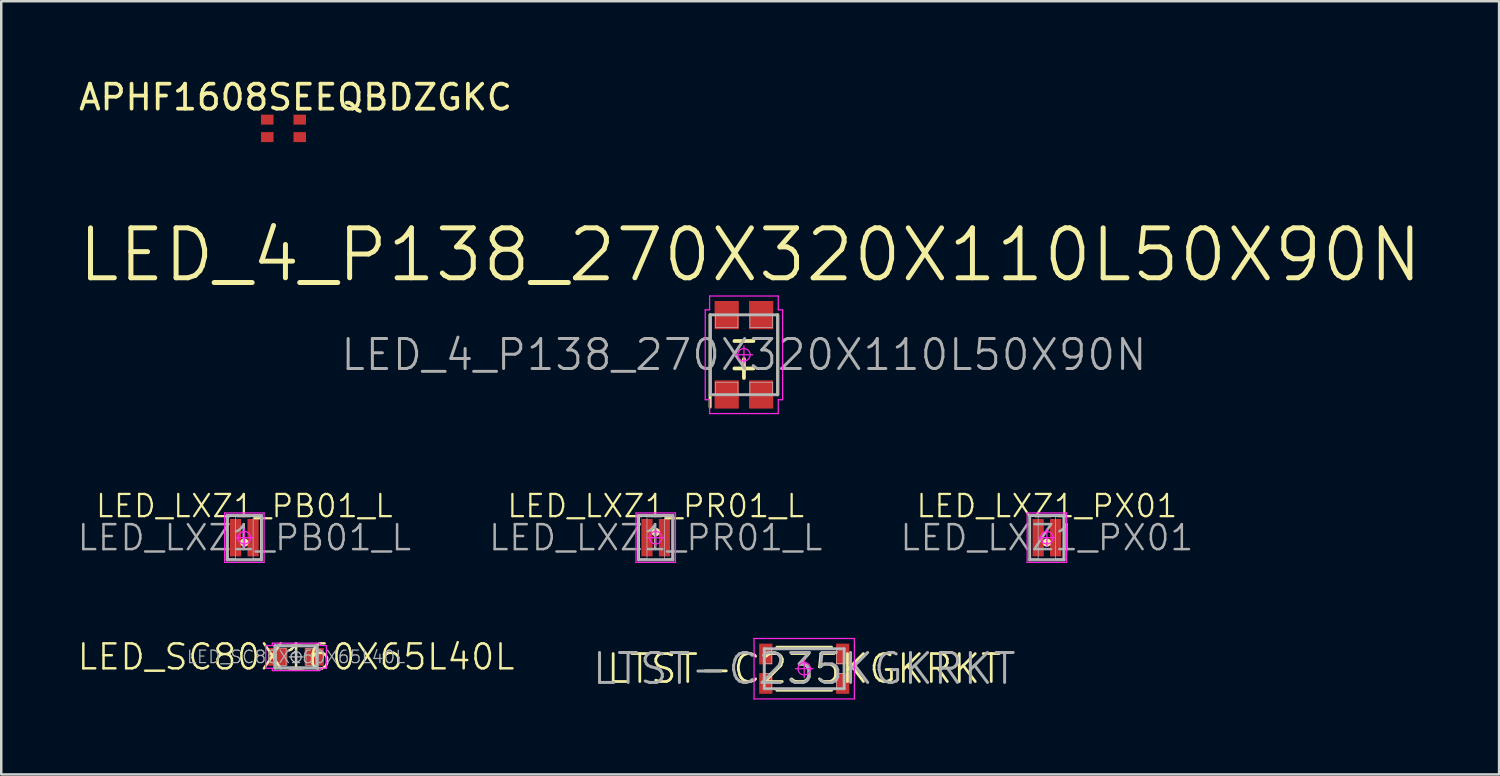
<source format=kicad_pcb>
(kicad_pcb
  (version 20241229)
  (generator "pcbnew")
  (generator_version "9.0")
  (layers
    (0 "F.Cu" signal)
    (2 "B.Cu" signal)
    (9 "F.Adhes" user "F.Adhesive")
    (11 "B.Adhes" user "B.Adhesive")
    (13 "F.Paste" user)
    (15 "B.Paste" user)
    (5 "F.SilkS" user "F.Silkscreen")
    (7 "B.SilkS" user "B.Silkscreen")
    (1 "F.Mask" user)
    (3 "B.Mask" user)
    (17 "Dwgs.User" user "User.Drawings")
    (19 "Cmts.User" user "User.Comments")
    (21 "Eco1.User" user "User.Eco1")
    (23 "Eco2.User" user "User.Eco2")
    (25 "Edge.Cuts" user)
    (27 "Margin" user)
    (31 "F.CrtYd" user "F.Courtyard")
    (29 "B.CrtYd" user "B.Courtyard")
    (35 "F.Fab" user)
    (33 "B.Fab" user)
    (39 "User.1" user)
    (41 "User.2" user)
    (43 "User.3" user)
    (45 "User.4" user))
  (footprint "LED_4_P138_270X320X110L50X90N"
    (layer "F.Cu")
    (at 26.755 11.164)
    (property "Reference" "LED_4_P138_270X320X110L50X90N" (at 0 0 0) (layer "F.Fab") (effects (font (size 1.2 1.2) (thickness 0.12))))
    (attr smd)
    (fp_line (start -1.355 1.6) (end -1.355 -1.6) (stroke (width 0.12) (type solid)) (layer "F.SilkS"))
    (fp_line (start -1.355 1.6) (end -1.355 2.095) (stroke (width 0.12) (type solid)) (layer "F.SilkS"))
    (fp_line (start 1.355 1.6) (end 1.355 -1.6) (stroke (width 0.12) (type solid)) (layer "F.SilkS"))
    (fp_line (start -1.35 -1.6) (end 1.35 -1.6) (stroke (width 0.025) (type solid)) (layer "Dwgs.User"))
    (fp_line (start -1.35 1.6) (end -1.35 -1.6) (stroke (width 0.025) (type solid)) (layer "Dwgs.User"))
    (fp_line (start -1.14 -1.6) (end -0.24 -1.6) (stroke (width 0.025) (type solid)) (layer "Dwgs.User"))
    (fp_line (start -1.14 -1.1) (end -1.14 -1.6) (stroke (width 0.025) (type solid)) (layer "Dwgs.User"))
    (fp_line (start -1.14 1.1) (end -0.24 1.1) (stroke (width 0.025) (type solid)) (layer "Dwgs.User"))
    (fp_line (start -1.14 1.6) (end -1.14 1.1) (stroke (width 0.025) (type solid)) (layer "Dwgs.User"))
    (fp_line (start -0.24 -1.6) (end -0.24 -1.1) (stroke (width 0.025) (type solid)) (layer "Dwgs.User"))
    (fp_line (start -0.24 -1.1) (end -1.14 -1.1) (stroke (width 0.025) (type solid)) (layer "Dwgs.User"))
    (fp_line (start -0.24 1.1) (end -0.24 1.6) (stroke (width 0.025) (type solid)) (layer "Dwgs.User"))
    (fp_line (start -0.24 1.6) (end -1.14 1.6) (stroke (width 0.025) (type solid)) (layer "Dwgs.User"))
    (fp_line (start 0.24 -1.6) (end 1.14 -1.6) (stroke (width 0.025) (type solid)) (layer "Dwgs.User"))
    (fp_line (start 0.24 -1.1) (end 0.24 -1.6) (stroke (width 0.025) (type solid)) (layer "Dwgs.User"))
    (fp_line (start 0.24 1.1) (end 1.14 1.1) (stroke (width 0.025) (type solid)) (layer "Dwgs.User"))
    (fp_line (start 0.24 1.6) (end 0.24 1.1) (stroke (width 0.025) (type solid)) (layer "Dwgs.User"))
    (fp_line (start 1.14 -1.6) (end 1.14 -1.1) (stroke (width 0.025) (type solid)) (layer "Dwgs.User"))
    (fp_line (start 1.14 -1.1) (end 0.24 -1.1) (stroke (width 0.025) (type solid)) (layer "Dwgs.User"))
    (fp_line (start 1.14 1.1) (end 1.14 1.6) (stroke (width 0.025) (type solid)) (layer "Dwgs.User"))
    (fp_line (start 1.14 1.6) (end 0.24 1.6) (stroke (width 0.025) (type solid)) (layer "Dwgs.User"))
    (fp_line (start 1.35 -1.6) (end 1.35 1.6) (stroke (width 0.025) (type solid)) (layer "Dwgs.User"))
    (fp_line (start 1.35 1.6) (end -1.35 1.6) (stroke (width 0.025) (type solid)) (layer "Dwgs.User"))
    (fp_line (start -1.55 -1.8) (end -1.55 1.8) (stroke (width 0.05) (type solid)) (layer "F.CrtYd"))
    (fp_line (start -1.55 1.8) (end -1.375 1.8) (stroke (width 0.05) (type solid)) (layer "F.CrtYd"))
    (fp_line (start -1.375 -2.355) (end -1.375 -1.8) (stroke (width 0.05) (type solid)) (layer "F.CrtYd"))
    (fp_line (start -1.375 -1.8) (end -1.55 -1.8) (stroke (width 0.05) (type solid)) (layer "F.CrtYd"))
    (fp_line (start -1.375 1.8) (end -1.375 2.355) (stroke (width 0.05) (type solid)) (layer "F.CrtYd"))
    (fp_line (start -1.375 2.355) (end 1.375 2.355) (stroke (width 0.05) (type solid)) (layer "F.CrtYd"))
    (fp_line (start -0.35 0) (end 0.35 0) (stroke (width 0.05) (type solid)) (layer "F.CrtYd"))
    (fp_line (start 0 -0.35) (end 0 0.35) (stroke (width 0.05) (type solid)) (layer "F.CrtYd"))
    (fp_line (start 1.375 -2.355) (end -1.375 -2.355) (stroke (width 0.05) (type solid)) (layer "F.CrtYd"))
    (fp_line (start 1.375 -1.8) (end 1.375 -2.355) (stroke (width 0.05) (type solid)) (layer "F.CrtYd"))
    (fp_line (start 1.375 1.8) (end 1.55 1.8) (stroke (width 0.05) (type solid)) (layer "F.CrtYd"))
    (fp_line (start 1.375 2.355) (end 1.375 1.8) (stroke (width 0.05) (type solid)) (layer "F.CrtYd"))
    (fp_line (start 1.55 -1.8) (end 1.375 -1.8) (stroke (width 0.05) (type solid)) (layer "F.CrtYd"))
    (fp_line (start 1.55 1.8) (end 1.55 -1.8) (stroke (width 0.05) (type solid)) (layer "F.CrtYd"))
    (fp_circle (center 0 0) (end 0 0.25) (stroke (width 0.05) (type solid)) (fill no) (layer "F.CrtYd"))
    (fp_line (start -1.35 -1.6) (end 1.35 -1.6) (stroke (width 0.12) (type solid)) (layer "F.Fab"))
    (fp_line (start -1.35 1.6) (end -1.35 -1.6) (stroke (width 0.12) (type solid)) (layer "F.Fab"))
    (fp_line (start 1.35 -1.6) (end 1.35 1.6) (stroke (width 0.12) (type solid)) (layer "F.Fab"))
    (fp_line (start 1.35 1.6) (end -1.35 1.6) (stroke (width 0.12) (type solid)) (layer "F.Fab"))
    (fp_text user "${REFERENCE}" (at 0.25 -4 0) (layer "F.SilkS") (effects (font (size 2 2) (thickness 0.2))))
    (fp_text user "-" (at 0 -0.625 0) (layer "F.SilkS") (effects (font (size 1 1) (thickness 0.15))))
    (fp_text user "+" (at 0 0.475 0) (layer "F.SilkS") (effects (font (size 1 1) (thickness 0.15))))
    (pad "1" smd rect (at -0.69 1.59 90) (size 1.13 0.97) (layers "F.Cu" "F.Mask" "F.Paste"))
    (pad "2" smd rect (at 0.69 1.59 90) (size 1.13 0.97) (layers "F.Cu" "F.Mask" "F.Paste"))
    (pad "3" smd rect (at -0.69 -1.59 90) (size 1.13 0.97) (layers "F.Cu" "F.Mask" "F.Paste"))
    (pad "4" smd rect (at 0.69 -1.59 90) (size 1.13 0.97) (layers "F.Cu" "F.Mask" "F.Paste")))
  (footprint "LED_LXZ1_PB01_L"
    (layer "F.Cu")
    (at 6.74 18.492)
    (property "Reference" "LED_LXZ1_PB01_L" (at 0 0 0) (layer "F.Fab") (effects (font (size 1 1) (thickness 0.1))))
    (attr smd)
    (fp_circle (center 0 0.195) (end 0.02 0.195) (stroke (width 0.15) (type solid)) (fill no) (layer "F.SilkS"))
    (fp_line (start -0.65 -0.85) (end -0.35 -0.85) (stroke (width 0.025) (type solid)) (layer "Dwgs.User"))
    (fp_line (start -0.65 -0.85) (end 0.65 -0.85) (stroke (width 0.025) (type solid)) (layer "Dwgs.User"))
    (fp_line (start -0.65 0.85) (end -0.65 -0.85) (stroke (width 0.025) (type solid)) (layer "Dwgs.User"))
    (fp_line (start -0.65 0.85) (end -0.65 -0.85) (stroke (width 0.025) (type solid)) (layer "Dwgs.User"))
    (fp_line (start -0.35 -0.85) (end -0.35 0.85) (stroke (width 0.025) (type solid)) (layer "Dwgs.User"))
    (fp_line (start -0.35 0.85) (end -0.65 0.85) (stroke (width 0.025) (type solid)) (layer "Dwgs.User"))
    (fp_line (start 0.35 -0.85) (end 0.65 -0.85) (stroke (width 0.025) (type solid)) (layer "Dwgs.User"))
    (fp_line (start 0.35 0.85) (end 0.35 -0.85) (stroke (width 0.025) (type solid)) (layer "Dwgs.User"))
    (fp_line (start 0.65 -0.85) (end 0.65 0.85) (stroke (width 0.025) (type solid)) (layer "Dwgs.User"))
    (fp_line (start 0.65 -0.85) (end 0.65 0.85) (stroke (width 0.025) (type solid)) (layer "Dwgs.User"))
    (fp_line (start 0.65 0.85) (end -0.65 0.85) (stroke (width 0.025) (type solid)) (layer "Dwgs.User"))
    (fp_line (start 0.65 0.85) (end 0.35 0.85) (stroke (width 0.025) (type solid)) (layer "Dwgs.User"))
    (fp_line (start -0.79 -0.99) (end 0.79 -0.99) (stroke (width 0.05) (type solid)) (layer "F.CrtYd"))
    (fp_line (start -0.79 0.99) (end -0.79 -0.99) (stroke (width 0.05) (type solid)) (layer "F.CrtYd"))
    (fp_line (start 0 -0.35) (end 0 0.35) (stroke (width 0.05) (type solid)) (layer "F.CrtYd"))
    (fp_line (start 0.35 0) (end -0.35 0) (stroke (width 0.05) (type solid)) (layer "F.CrtYd"))
    (fp_line (start 0.79 -0.99) (end 0.79 0.99) (stroke (width 0.05) (type solid)) (layer "F.CrtYd"))
    (fp_line (start 0.79 0.99) (end -0.79 0.99) (stroke (width 0.05) (type solid)) (layer "F.CrtYd"))
    (fp_circle (center 0 0) (end 0 0.25) (stroke (width 0.05) (type solid)) (fill no) (layer "F.CrtYd"))
    (fp_line (start -0.69 -0.89) (end 0.69 -0.89) (stroke (width 0.12) (type solid)) (layer "F.Fab"))
    (fp_line (start -0.69 0.89) (end -0.69 -0.89) (stroke (width 0.12) (type solid)) (layer "F.Fab"))
    (fp_line (start 0.69 -0.89) (end 0.69 0.89) (stroke (width 0.12) (type solid)) (layer "F.Fab"))
    (fp_line (start 0.69 0.89) (end -0.69 0.89) (stroke (width 0.12) (type solid)) (layer "F.Fab"))
    (fp_text user "${REFERENCE}" (at 0 -1.27 0) (layer "F.SilkS") (effects (font (size 0.89 0.89) (thickness 0.09))))
    (pad "A" smd rect (at -0.35 0) (size 0.45 1.5) (layers "F.Cu" "F.Mask" "F.Paste"))
    (pad "C" smd rect (at 0.35 0) (size 0.45 1.5) (layers "F.Cu" "F.Mask" "F.Paste")))
  (footprint "LTST-C235KGKRKT"
    (layer "F.Cu")
    (at 29.17 23.742)
    (property "Reference" "LTST-C235KGKRKT" (at 0 0 0) (layer "F.Fab") (effects (font (size 1.2 1.2) (thickness 0.12))))
    (attr smd)
    (fp_line (start -1.095 0.86) (end 1.095 0.86) (stroke (width 0.12) (type solid)) (layer "F.SilkS"))
    (fp_line (start 1.095 -0.86) (end -1.095 -0.86) (stroke (width 0.12) (type solid)) (layer "F.SilkS"))
    (fp_line (start -1.6 -0.8) (end -1.3 -0.8) (stroke (width 0.025) (type solid)) (layer "Dwgs.User"))
    (fp_line (start -1.6 -0.8) (end 1.6 -0.8) (stroke (width 0.025) (type solid)) (layer "Dwgs.User"))
    (fp_line (start -1.6 -0.2) (end -1.6 -0.8) (stroke (width 0.025) (type solid)) (layer "Dwgs.User"))
    (fp_line (start -1.6 0.2) (end -1.3 0.2) (stroke (width 0.025) (type solid)) (layer "Dwgs.User"))
    (fp_line (start -1.6 0.8) (end -1.6 -0.8) (stroke (width 0.025) (type solid)) (layer "Dwgs.User"))
    (fp_line (start -1.6 0.8) (end -1.6 0.2) (stroke (width 0.025) (type solid)) (layer "Dwgs.User"))
    (fp_line (start -1.3 -0.8) (end -1.3 -0.2) (stroke (width 0.025) (type solid)) (layer "Dwgs.User"))
    (fp_line (start -1.3 -0.2) (end -1.6 -0.2) (stroke (width 0.025) (type solid)) (layer "Dwgs.User"))
    (fp_line (start -1.3 0.2) (end -1.3 0.8) (stroke (width 0.025) (type solid)) (layer "Dwgs.User"))
    (fp_line (start -1.3 0.8) (end -1.6 0.8) (stroke (width 0.025) (type solid)) (layer "Dwgs.User"))
    (fp_line (start 1.3 -0.8) (end 1.6 -0.8) (stroke (width 0.025) (type solid)) (layer "Dwgs.User"))
    (fp_line (start 1.3 -0.2) (end 1.3 -0.8) (stroke (width 0.025) (type solid)) (layer "Dwgs.User"))
    (fp_line (start 1.3 0.2) (end 1.6 0.2) (stroke (width 0.025) (type solid)) (layer "Dwgs.User"))
    (fp_line (start 1.3 0.8) (end 1.3 0.2) (stroke (width 0.025) (type solid)) (layer "Dwgs.User"))
    (fp_line (start 1.6 -0.8) (end 1.6 -0.2) (stroke (width 0.025) (type solid)) (layer "Dwgs.User"))
    (fp_line (start 1.6 -0.8) (end 1.6 0.8) (stroke (width 0.025) (type solid)) (layer "Dwgs.User"))
    (fp_line (start 1.6 -0.2) (end 1.3 -0.2) (stroke (width 0.025) (type solid)) (layer "Dwgs.User"))
    (fp_line (start 1.6 0.2) (end 1.6 0.8) (stroke (width 0.025) (type solid)) (layer "Dwgs.User"))
    (fp_line (start 1.6 0.8) (end -1.6 0.8) (stroke (width 0.025) (type solid)) (layer "Dwgs.User"))
    (fp_line (start 1.6 0.8) (end 1.3 0.8) (stroke (width 0.025) (type solid)) (layer "Dwgs.User"))
    (fp_line (start -2.01 -1.21) (end 2.01 -1.21) (stroke (width 0.05) (type solid)) (layer "F.CrtYd"))
    (fp_line (start -2.01 1.21) (end -2.01 -1.21) (stroke (width 0.05) (type solid)) (layer "F.CrtYd"))
    (fp_line (start -0.35 0) (end 0.35 0) (stroke (width 0.05) (type solid)) (layer "F.CrtYd"))
    (fp_line (start 0 -0.35) (end 0 0.35) (stroke (width 0.05) (type solid)) (layer "F.CrtYd"))
    (fp_line (start 2.01 -1.21) (end 2.01 1.21) (stroke (width 0.05) (type solid)) (layer "F.CrtYd"))
    (fp_line (start 2.01 1.21) (end -2.01 1.21) (stroke (width 0.05) (type solid)) (layer "F.CrtYd"))
    (fp_circle (center 0 0) (end 0 0.25) (stroke (width 0.05) (type solid)) (fill no) (layer "F.CrtYd"))
    (fp_line (start -1.6 -0.8) (end 1.6 -0.8) (stroke (width 0.12) (type solid)) (layer "F.Fab"))
    (fp_line (start -1.6 0.8) (end -1.6 -0.8) (stroke (width 0.12) (type solid)) (layer "F.Fab"))
    (fp_line (start 1.6 -0.8) (end 1.6 0.8) (stroke (width 0.12) (type solid)) (layer "F.Fab"))
    (fp_line (start 1.6 0.8) (end -1.6 0.8) (stroke (width 0.12) (type solid)) (layer "F.Fab"))
    (fp_text user "${REFERENCE}" (at 0 0 0) (layer "F.SilkS") (effects (font (size 1.12 1.12) (thickness 0.11))))
    (pad "1" smd rect (at -1.54 0.59 90) (size 0.83 0.53) (layers "F.Cu" "F.Mask" "F.Paste"))
    (pad "2" smd rect (at 1.54 0.59 90) (size 0.83 0.53) (layers "F.Cu" "F.Mask" "F.Paste"))
    (pad "3" smd rect (at 1.54 -0.59 90) (size 0.83 0.53) (layers "F.Cu" "F.Mask" "F.Paste"))
    (pad "4" smd rect (at -1.54 -0.59 90) (size 0.83 0.53) (layers "F.Cu" "F.Mask" "F.Paste")))
  (footprint "LED_LXZ1_PR01_L"
    (layer "F.Cu")
    (at 23.221 18.492)
    (property "Reference" "LED_LXZ1_PR01_L" (at 0 0 0) (layer "F.Fab") (effects (font (size 1 1) (thickness 0.1))))
    (attr smd)
    (fp_circle (center 0 -0.225) (end 0.02 -0.225) (stroke (width 0.15) (type solid)) (fill no) (layer "F.SilkS"))
    (fp_line (start -0.65 -0.85) (end -0.35 -0.85) (stroke (width 0.025) (type solid)) (layer "Dwgs.User"))
    (fp_line (start -0.65 -0.85) (end 0.65 -0.85) (stroke (width 0.025) (type solid)) (layer "Dwgs.User"))
    (fp_line (start -0.65 0.85) (end -0.65 -0.85) (stroke (width 0.025) (type solid)) (layer "Dwgs.User"))
    (fp_line (start -0.65 0.85) (end -0.65 -0.85) (stroke (width 0.025) (type solid)) (layer "Dwgs.User"))
    (fp_line (start -0.35 -0.85) (end -0.35 0.85) (stroke (width 0.025) (type solid)) (layer "Dwgs.User"))
    (fp_line (start -0.35 0.85) (end -0.65 0.85) (stroke (width 0.025) (type solid)) (layer "Dwgs.User"))
    (fp_line (start 0.35 -0.85) (end 0.65 -0.85) (stroke (width 0.025) (type solid)) (layer "Dwgs.User"))
    (fp_line (start 0.35 0.85) (end 0.35 -0.85) (stroke (width 0.025) (type solid)) (layer "Dwgs.User"))
    (fp_line (start 0.65 -0.85) (end 0.65 0.85) (stroke (width 0.025) (type solid)) (layer "Dwgs.User"))
    (fp_line (start 0.65 -0.85) (end 0.65 0.85) (stroke (width 0.025) (type solid)) (layer "Dwgs.User"))
    (fp_line (start 0.65 0.85) (end -0.65 0.85) (stroke (width 0.025) (type solid)) (layer "Dwgs.User"))
    (fp_line (start 0.65 0.85) (end 0.35 0.85) (stroke (width 0.025) (type solid)) (layer "Dwgs.User"))
    (fp_line (start -0.79 -0.99) (end 0.79 -0.99) (stroke (width 0.05) (type solid)) (layer "F.CrtYd"))
    (fp_line (start -0.79 0.99) (end -0.79 -0.99) (stroke (width 0.05) (type solid)) (layer "F.CrtYd"))
    (fp_line (start 0 -0.35) (end 0 0.35) (stroke (width 0.05) (type solid)) (layer "F.CrtYd"))
    (fp_line (start 0.35 0) (end -0.35 0) (stroke (width 0.05) (type solid)) (layer "F.CrtYd"))
    (fp_line (start 0.79 -0.99) (end 0.79 0.99) (stroke (width 0.05) (type solid)) (layer "F.CrtYd"))
    (fp_line (start 0.79 0.99) (end -0.79 0.99) (stroke (width 0.05) (type solid)) (layer "F.CrtYd"))
    (fp_circle (center 0 0) (end 0 0.25) (stroke (width 0.05) (type solid)) (fill no) (layer "F.CrtYd"))
    (fp_line (start -0.69 -0.89) (end 0.69 -0.89) (stroke (width 0.12) (type solid)) (layer "F.Fab"))
    (fp_line (start -0.69 0.89) (end -0.69 -0.89) (stroke (width 0.12) (type solid)) (layer "F.Fab"))
    (fp_line (start 0.69 -0.89) (end 0.69 0.89) (stroke (width 0.12) (type solid)) (layer "F.Fab"))
    (fp_line (start 0.69 0.89) (end -0.69 0.89) (stroke (width 0.12) (type solid)) (layer "F.Fab"))
    (fp_text user "${REFERENCE}" (at 0 -1.27 0) (layer "F.SilkS") (effects (font (size 0.89 0.89) (thickness 0.09))))
    (pad "A" smd rect (at -0.35 0) (size 0.45 1.5) (layers "F.Cu" "F.Mask" "F.Paste"))
    (pad "C" smd rect (at 0.35 0) (size 0.45 1.5) (layers "F.Cu" "F.Mask" "F.Paste")))
  (footprint "APHF1608SEEQBDZGKC"
    (layer "F.Cu")
    (at 8.309 2.093)
    (property "Reference" "APHF1608SEEQBDZGKC" (at 0.483 -1.245 0) (layer "F.SilkS") (effects (font (size 1 1) (thickness 0.15))))
    (attr smd)
    (pad "1" smd rect (at -0.65 -0.35) (size 0.5 0.4) (layers "F.Cu" "F.Mask" "F.Paste"))
    (pad "2" smd rect (at -0.65 0.35) (size 0.5 0.4) (layers "F.Cu" "F.Mask" "F.Paste"))
    (pad "3" smd rect (at 0.65 0.35) (size 0.5 0.4) (layers "F.Cu" "F.Mask" "F.Paste"))
    (pad "4" smd rect (at 0.65 -0.35) (size 0.5 0.4) (layers "F.Cu" "F.Mask" "F.Paste")))
  (footprint "LED_SC80X160X65L40L"
    (layer "F.Cu")
    (at 8.812 23.268)
    (property "Reference" "LED_SC80X160X65L40L" (at 0 0 0) (layer "F.SilkS") (effects (font (size 1 1) (thickness 0.1))))
    (attr smd)
    (fp_line (start -0.195 -0.45) (end 0.195 -0.45) (stroke (width 0.1) (type solid)) (layer "F.SilkS"))
    (fp_line (start -0.195 0.45) (end 0.195 0.45) (stroke (width 0.1) (type solid)) (layer "F.SilkS"))
    (fp_line (start -0.8 -0.4) (end 0.8 -0.4) (stroke (width 0.025) (type solid)) (layer "Dwgs.User"))
    (fp_line (start -0.8 -0.35) (end -0.4 -0.35) (stroke (width 0.025) (type solid)) (layer "Dwgs.User"))
    (fp_line (start -0.8 0.35) (end -0.8 -0.35) (stroke (width 0.025) (type solid)) (layer "Dwgs.User"))
    (fp_line (start -0.8 0.4) (end -0.8 -0.4) (stroke (width 0.025) (type solid)) (layer "Dwgs.User"))
    (fp_line (start -0.4 -0.35) (end -0.4 0.35) (stroke (width 0.025) (type solid)) (layer "Dwgs.User"))
    (fp_line (start -0.4 0.35) (end -0.8 0.35) (stroke (width 0.025) (type solid)) (layer "Dwgs.User"))
    (fp_line (start 0 -0.275) (end 0 0.275) (stroke (width 0.05) (type solid)) (layer "Dwgs.User"))
    (fp_line (start 0.275 0) (end -0.275 0) (stroke (width 0.05) (type solid)) (layer "Dwgs.User"))
    (fp_line (start 0.4 -0.35) (end 0.8 -0.35) (stroke (width 0.025) (type solid)) (layer "Dwgs.User"))
    (fp_line (start 0.4 0.35) (end 0.4 -0.35) (stroke (width 0.025) (type solid)) (layer "Dwgs.User"))
    (fp_line (start 0.8 -0.4) (end 0.8 0.4) (stroke (width 0.025) (type solid)) (layer "Dwgs.User"))
    (fp_line (start 0.8 -0.35) (end 0.8 0.35) (stroke (width 0.025) (type solid)) (layer "Dwgs.User"))
    (fp_line (start 0.8 0.35) (end 0.4 0.35) (stroke (width 0.025) (type solid)) (layer "Dwgs.User"))
    (fp_line (start 0.8 0.4) (end -0.8 0.4) (stroke (width 0.025) (type solid)) (layer "Dwgs.User"))
    (fp_circle (center 0 0) (end 0.206 0) (stroke (width 0.05) (type solid)) (fill no) (layer "Dwgs.User"))
    (fp_line (start -1.215 -0.455) (end -1.215 0.455) (stroke (width 0.05) (type solid)) (layer "F.CrtYd"))
    (fp_line (start -1.215 0.455) (end -0.95 0.455) (stroke (width 0.05) (type solid)) (layer "F.CrtYd"))
    (fp_line (start -0.95 -0.55) (end -0.95 -0.455) (stroke (width 0.05) (type solid)) (layer "F.CrtYd"))
    (fp_line (start -0.95 -0.455) (end -1.215 -0.455) (stroke (width 0.05) (type solid)) (layer "F.CrtYd"))
    (fp_line (start -0.95 0.455) (end -0.95 0.55) (stroke (width 0.05) (type solid)) (layer "F.CrtYd"))
    (fp_line (start -0.95 0.55) (end 0.95 0.55) (stroke (width 0.05) (type solid)) (layer "F.CrtYd"))
    (fp_line (start 0.95 -0.55) (end -0.95 -0.55) (stroke (width 0.05) (type solid)) (layer "F.CrtYd"))
    (fp_line (start 0.95 -0.455) (end 0.95 -0.55) (stroke (width 0.05) (type solid)) (layer "F.CrtYd"))
    (fp_line (start 0.95 0.455) (end 1.215 0.455) (stroke (width 0.05) (type solid)) (layer "F.CrtYd"))
    (fp_line (start 0.95 0.55) (end 0.95 0.455) (stroke (width 0.05) (type solid)) (layer "F.CrtYd"))
    (fp_line (start 1.215 -0.455) (end 0.95 -0.455) (stroke (width 0.05) (type solid)) (layer "F.CrtYd"))
    (fp_line (start 1.215 0.455) (end 1.215 -0.455) (stroke (width 0.05) (type solid)) (layer "F.CrtYd"))
    (fp_line (start -0.85 -0.45) (end 0.85 -0.45) (stroke (width 0.12) (type solid)) (layer "F.Fab"))
    (fp_line (start -0.85 0.45) (end -0.85 -0.45) (stroke (width 0.12) (type solid)) (layer "F.Fab"))
    (fp_line (start 0.85 -0.45) (end 0.85 0.45) (stroke (width 0.12) (type solid)) (layer "F.Fab"))
    (fp_line (start 0.85 0.45) (end -0.85 0.45) (stroke (width 0.12) (type solid)) (layer "F.Fab"))
    (fp_text user "${REFERENCE}" (at 0 0 0) (layer "F.Fab") (effects (font (size 0.5 0.5) (thickness 0.05))))
    (pad "1" smd rect (at 0.73 0) (size 0.77 0.71) (layers "F.Cu" "F.Mask" "F.Paste"))
    (pad "2" smd rect (at -0.73 0) (size 0.77 0.71) (layers "F.Cu" "F.Mask" "F.Paste")))
  (footprint "LED_LXZ1_PX01"
    (layer "F.Cu")
    (at 38.893 18.492)
    (property "Reference" "LED_LXZ1_PX01" (at 0 0 0) (layer "F.Fab") (effects (font (size 1 1) (thickness 0.1))))
    (attr smd)
    (fp_circle (center 0 0.195) (end 0.02 0.195) (stroke (width 0.15) (type solid)) (fill no) (layer "F.SilkS"))
    (fp_line (start -0.65 -0.85) (end -0.35 -0.85) (stroke (width 0.025) (type solid)) (layer "Dwgs.User"))
    (fp_line (start -0.65 -0.85) (end 0.65 -0.85) (stroke (width 0.025) (type solid)) (layer "Dwgs.User"))
    (fp_line (start -0.65 0.85) (end -0.65 -0.85) (stroke (width 0.025) (type solid)) (layer "Dwgs.User"))
    (fp_line (start -0.65 0.85) (end -0.65 -0.85) (stroke (width 0.025) (type solid)) (layer "Dwgs.User"))
    (fp_line (start -0.35 -0.85) (end -0.35 0.85) (stroke (width 0.025) (type solid)) (layer "Dwgs.User"))
    (fp_line (start -0.35 0.85) (end -0.65 0.85) (stroke (width 0.025) (type solid)) (layer "Dwgs.User"))
    (fp_line (start 0.35 -0.85) (end 0.65 -0.85) (stroke (width 0.025) (type solid)) (layer "Dwgs.User"))
    (fp_line (start 0.35 0.85) (end 0.35 -0.85) (stroke (width 0.025) (type solid)) (layer "Dwgs.User"))
    (fp_line (start 0.65 -0.85) (end 0.65 0.85) (stroke (width 0.025) (type solid)) (layer "Dwgs.User"))
    (fp_line (start 0.65 -0.85) (end 0.65 0.85) (stroke (width 0.025) (type solid)) (layer "Dwgs.User"))
    (fp_line (start 0.65 0.85) (end -0.65 0.85) (stroke (width 0.025) (type solid)) (layer "Dwgs.User"))
    (fp_line (start 0.65 0.85) (end 0.35 0.85) (stroke (width 0.025) (type solid)) (layer "Dwgs.User"))
    (fp_line (start -0.79 -0.99) (end 0.79 -0.99) (stroke (width 0.05) (type solid)) (layer "F.CrtYd"))
    (fp_line (start -0.79 0.99) (end -0.79 -0.99) (stroke (width 0.05) (type solid)) (layer "F.CrtYd"))
    (fp_line (start 0 -0.35) (end 0 0.35) (stroke (width 0.05) (type solid)) (layer "F.CrtYd"))
    (fp_line (start 0.35 0) (end -0.35 0) (stroke (width 0.05) (type solid)) (layer "F.CrtYd"))
    (fp_line (start 0.79 -0.99) (end 0.79 0.99) (stroke (width 0.05) (type solid)) (layer "F.CrtYd"))
    (fp_line (start 0.79 0.99) (end -0.79 0.99) (stroke (width 0.05) (type solid)) (layer "F.CrtYd"))
    (fp_circle (center 0 0) (end 0 0.25) (stroke (width 0.05) (type solid)) (fill no) (layer "F.CrtYd"))
    (fp_line (start -0.69 -0.89) (end 0.69 -0.89) (stroke (width 0.12) (type solid)) (layer "F.Fab"))
    (fp_line (start -0.69 0.89) (end -0.69 -0.89) (stroke (width 0.12) (type solid)) (layer "F.Fab"))
    (fp_line (start 0.69 -0.89) (end 0.69 0.89) (stroke (width 0.12) (type solid)) (layer "F.Fab"))
    (fp_line (start 0.69 0.89) (end -0.69 0.89) (stroke (width 0.12) (type solid)) (layer "F.Fab"))
    (fp_text user "${REFERENCE}" (at 0 -1.27 0) (layer "F.SilkS") (effects (font (size 0.89 0.89) (thickness 0.09))))
    (pad "A" smd rect (at -0.35 0) (size 0.45 1.5) (layers "F.Cu" "F.Mask" "F.Paste"))
    (pad "C" smd rect (at 0.35 0) (size 0.45 1.5) (layers "F.Cu" "F.Mask" "F.Paste")))
  (gr_rect
    (start -3 -3)
    (end 57.01 27.977)
    (stroke (width 0.1) (type default))
    (fill no)
    (layer "Edge.Cuts")))
</source>
